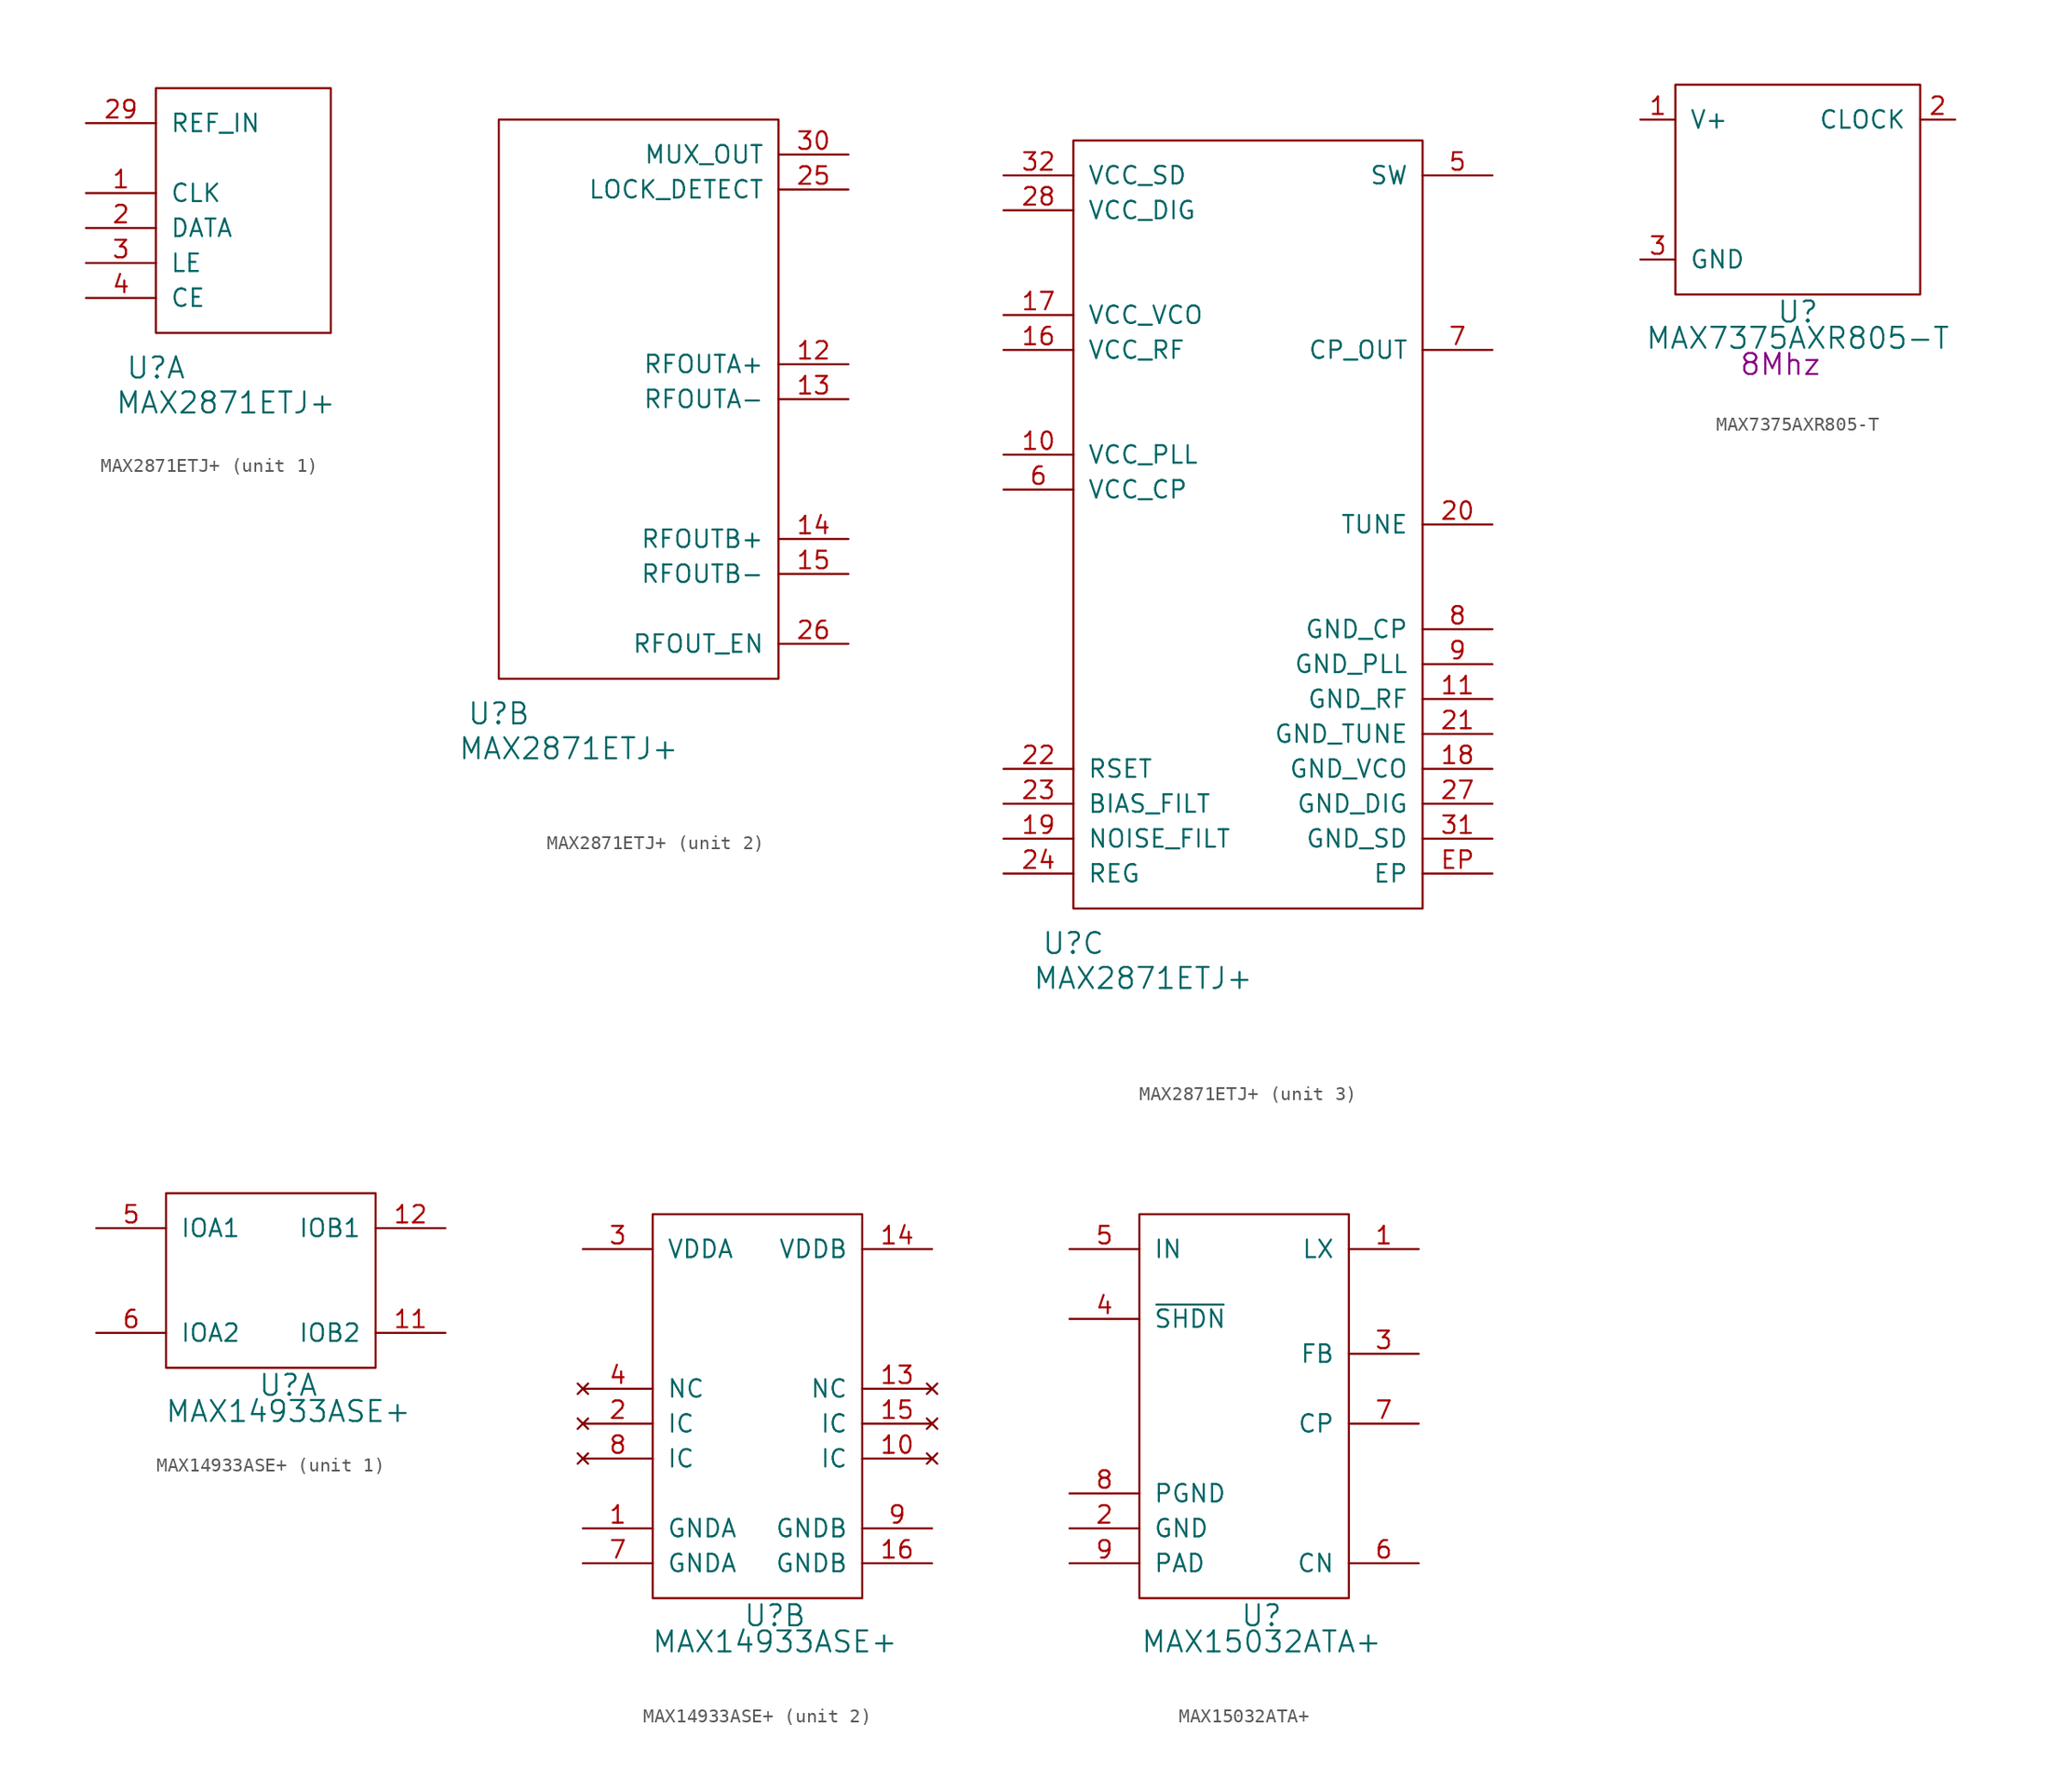
<source format=kicad_sym>
(kicad_symbol_lib
  (version 20220914)
  (generator kicad_symbol_editor)
  (symbol "MAX2871ETJ+"
    (pin_names
      (offset 1.016))
    (property "Reference" "U"
      (at 0 -2.54 0)
      (effects (font (size 1.524 1.524))))
    (property "Value" "MAX2871ETJ+"
      (at 5.08 -5.08 0)
      (effects (font (size 1.524 1.524))))
    (property "ki_locked" ""
      (at 0 0 0)
      (effects (font (size 1.27 1.27))))
    (symbol "MAX2871ETJ+_1_1"
      (rectangle (start 0 0) (end 12.7 17.78) (stroke (width 0) (type solid)) (fill (type none)))
      (pin input line (at -5.08 10.16 0) (length 5.08) (name "CLK" (effects (font (size 1.27 1.27)))) (number "1" (effects (font (size 1.27 1.27)))))
      (pin input line (at -5.08 7.62 0) (length 5.08) (name "DATA" (effects (font (size 1.27 1.27)))) (number "2" (effects (font (size 1.27 1.27)))))
      (pin input line (at -5.08 15.24 0) (length 5.08) (name "REF_IN" (effects (font (size 1.27 1.27)))) (number "29" (effects (font (size 1.27 1.27)))))
      (pin input line (at -5.08 5.08 0) (length 5.08) (name "LE" (effects (font (size 1.27 1.27)))) (number "3" (effects (font (size 1.27 1.27)))))
      (pin input line (at -5.08 2.54 0) (length 5.08) (name "CE" (effects (font (size 1.27 1.27)))) (number "4" (effects (font (size 1.27 1.27))))))
    (symbol "MAX2871ETJ+_2_1"
      (rectangle (start 0 0) (end 20.32 40.64) (stroke (width 0) (type solid)) (fill (type none)))
      (pin output line (at 25.4 22.86 180) (length 5.08) (name "RFOUTA+" (effects (font (size 1.27 1.27)))) (number "12" (effects (font (size 1.27 1.27)))))
      (pin output line (at 25.4 20.32 180) (length 5.08) (name "RFOUTA-" (effects (font (size 1.27 1.27)))) (number "13" (effects (font (size 1.27 1.27)))))
      (pin output line (at 25.4 10.16 180) (length 5.08) (name "RFOUTB+" (effects (font (size 1.27 1.27)))) (number "14" (effects (font (size 1.27 1.27)))))
      (pin output line (at 25.4 7.62 180) (length 5.08) (name "RFOUTB-" (effects (font (size 1.27 1.27)))) (number "15" (effects (font (size 1.27 1.27)))))
      (pin output line (at 25.4 35.56 180) (length 5.08) (name "LOCK_DETECT" (effects (font (size 1.27 1.27)))) (number "25" (effects (font (size 1.27 1.27)))))
      (pin input line (at 25.4 2.54 180) (length 5.08) (name "RFOUT_EN" (effects (font (size 1.27 1.27)))) (number "26" (effects (font (size 1.27 1.27)))))
      (pin output line (at 25.4 38.1 180) (length 5.08) (name "MUX_OUT" (effects (font (size 1.27 1.27)))) (number "30" (effects (font (size 1.27 1.27))))))
    (symbol "MAX2871ETJ+_3_1"
      (rectangle (start 0 0) (end 25.4 55.88) (stroke (width 0) (type solid)) (fill (type none)))
      (pin power_in line (at -5.08 33.02 0) (length 5.08) (name "VCC_PLL" (effects (font (size 1.27 1.27)))) (number "10" (effects (font (size 1.27 1.27)))))
      (pin power_in line (at 30.48 15.24 180) (length 5.08) (name "GND_RF" (effects (font (size 1.27 1.27)))) (number "11" (effects (font (size 1.27 1.27)))))
      (pin power_in line (at -5.08 40.64 0) (length 5.08) (name "VCC_RF" (effects (font (size 1.27 1.27)))) (number "16" (effects (font (size 1.27 1.27)))))
      (pin power_in line (at -5.08 43.18 0) (length 5.08) (name "VCC_VCO" (effects (font (size 1.27 1.27)))) (number "17" (effects (font (size 1.27 1.27)))))
      (pin power_in line (at 30.48 10.16 180) (length 5.08) (name "GND_VCO" (effects (font (size 1.27 1.27)))) (number "18" (effects (font (size 1.27 1.27)))))
      (pin passive line (at -5.08 5.08 0) (length 5.08) (name "NOISE_FILT" (effects (font (size 1.27 1.27)))) (number "19" (effects (font (size 1.27 1.27)))))
      (pin input line (at 30.48 27.94 180) (length 5.08) (name "TUNE" (effects (font (size 1.27 1.27)))) (number "20" (effects (font (size 1.27 1.27)))))
      (pin power_in line (at 30.48 12.7 180) (length 5.08) (name "GND_TUNE" (effects (font (size 1.27 1.27)))) (number "21" (effects (font (size 1.27 1.27)))))
      (pin passive line (at -5.08 10.16 0) (length 5.08) (name "RSET" (effects (font (size 1.27 1.27)))) (number "22" (effects (font (size 1.27 1.27)))))
      (pin passive line (at -5.08 7.62 0) (length 5.08) (name "BIAS_FILT" (effects (font (size 1.27 1.27)))) (number "23" (effects (font (size 1.27 1.27)))))
      (pin passive line (at -5.08 2.54 0) (length 5.08) (name "REG" (effects (font (size 1.27 1.27)))) (number "24" (effects (font (size 1.27 1.27)))))
      (pin power_in line (at 30.48 7.62 180) (length 5.08) (name "GND_DIG" (effects (font (size 1.27 1.27)))) (number "27" (effects (font (size 1.27 1.27)))))
      (pin power_in line (at -5.08 50.8 0) (length 5.08) (name "VCC_DIG" (effects (font (size 1.27 1.27)))) (number "28" (effects (font (size 1.27 1.27)))))
      (pin power_in line (at 30.48 5.08 180) (length 5.08) (name "GND_SD" (effects (font (size 1.27 1.27)))) (number "31" (effects (font (size 1.27 1.27)))))
      (pin power_in line (at -5.08 53.34 0) (length 5.08) (name "VCC_SD" (effects (font (size 1.27 1.27)))) (number "32" (effects (font (size 1.27 1.27)))))
      (pin output line (at 30.48 53.34 180) (length 5.08) (name "SW" (effects (font (size 1.27 1.27)))) (number "5" (effects (font (size 1.27 1.27)))))
      (pin power_in line (at -5.08 30.48 0) (length 5.08) (name "VCC_CP" (effects (font (size 1.27 1.27)))) (number "6" (effects (font (size 1.27 1.27)))))
      (pin output line (at 30.48 40.64 180) (length 5.08) (name "CP_OUT" (effects (font (size 1.27 1.27)))) (number "7" (effects (font (size 1.27 1.27)))))
      (pin power_in line (at 30.48 20.32 180) (length 5.08) (name "GND_CP" (effects (font (size 1.27 1.27)))) (number "8" (effects (font (size 1.27 1.27)))))
      (pin power_in line (at 30.48 17.78 180) (length 5.08) (name "GND_PLL" (effects (font (size 1.27 1.27)))) (number "9" (effects (font (size 1.27 1.27)))))
      (pin power_in line (at 30.48 2.54 180) (length 5.08) (name "EP" (effects (font (size 1.27 1.27)))) (number "EP" (effects (font (size 1.27 1.27)))))))
  (symbol "MAX7375AXR805-T"
    (pin_names
      (offset 1.016))
    (property "Reference" "U"
      (at 8.89 -1.27 0)
      (effects (font (size 1.524 1.524))))
    (property "Value" "MAX7375AXR805-T"
      (at 8.89 -3.175 0)
      (effects (font (size 1.524 1.524))))
    (property "Value2" "8Mhz"
      (at 7.62 -5.08 0)
      (effects (font (size 1.524 1.524))))
    (symbol "MAX7375AXR805-T_1_1"
      (rectangle (start 0 0) (end 17.78 15.24) (stroke (width 0) (type solid)) (fill (type none)))
      (pin power_in line (at -2.54 12.7 0) (length 2.54) (name "V+" (effects (font (size 1.27 1.27)))) (number "1" (effects (font (size 1.27 1.27)))))
      (pin output line (at 20.32 12.7 180) (length 2.54) (name "CLOCK" (effects (font (size 1.27 1.27)))) (number "2" (effects (font (size 1.27 1.27)))))
      (pin power_in line (at -2.54 2.54 0) (length 2.54) (name "GND" (effects (font (size 1.27 1.27)))) (number "3" (effects (font (size 1.27 1.27)))))))
  (symbol "MAX14933ASE+"
    (pin_names
      (offset 1.016))
    (property "Reference" "U"
      (at 8.89 -1.27 0)
      (effects (font (size 1.524 1.524))))
    (property "Value" "MAX14933ASE+"
      (at 8.89 -3.175 0)
      (effects (font (size 1.524 1.524))))
    (property "Datasheet" ""
      (at 8.89 -1.27 0)
      (effects (font (size 1.524 1.524))))
    (property "ki_locked" ""
      (at 0 0 0)
      (effects (font (size 1.27 1.27))))
    (symbol "MAX14933ASE+_1_1"
      (rectangle (start 0 0) (end 15.24 12.7) (stroke (width 0) (type solid)) (fill (type none)))
      (pin bidirectional line (at 20.32 2.54 180) (length 5.08) (name "IOB2" (effects (font (size 1.27 1.27)))) (number "11" (effects (font (size 1.27 1.27)))))
      (pin bidirectional line (at 20.32 10.16 180) (length 5.08) (name "IOB1" (effects (font (size 1.27 1.27)))) (number "12" (effects (font (size 1.27 1.27)))))
      (pin bidirectional line (at -5.08 10.16 0) (length 5.08) (name "IOA1" (effects (font (size 1.27 1.27)))) (number "5" (effects (font (size 1.27 1.27)))))
      (pin bidirectional line (at -5.08 2.54 0) (length 5.08) (name "IOA2" (effects (font (size 1.27 1.27)))) (number "6" (effects (font (size 1.27 1.27))))))
    (symbol "MAX14933ASE+_2_1"
      (rectangle (start 0 0) (end 15.24 27.94) (stroke (width 0) (type solid)) (fill (type none)))
      (pin power_in line (at -5.08 5.08 0) (length 5.08) (name "GNDA" (effects (font (size 1.27 1.27)))) (number "1" (effects (font (size 1.27 1.27)))))
      (pin no_connect line (at 20.32 10.16 180) (length 5.08) (name "IC" (effects (font (size 1.27 1.27)))) (number "10" (effects (font (size 1.27 1.27)))))
      (pin no_connect line (at 20.32 15.24 180) (length 5.08) (name "NC" (effects (font (size 1.27 1.27)))) (number "13" (effects (font (size 1.27 1.27)))))
      (pin power_in line (at 20.32 25.4 180) (length 5.08) (name "VDDB" (effects (font (size 1.27 1.27)))) (number "14" (effects (font (size 1.27 1.27)))))
      (pin no_connect line (at 20.32 12.7 180) (length 5.08) (name "IC" (effects (font (size 1.27 1.27)))) (number "15" (effects (font (size 1.27 1.27)))))
      (pin power_in line (at 20.32 2.54 180) (length 5.08) (name "GNDB" (effects (font (size 1.27 1.27)))) (number "16" (effects (font (size 1.27 1.27)))))
      (pin no_connect line (at -5.08 12.7 0) (length 5.08) (name "IC" (effects (font (size 1.27 1.27)))) (number "2" (effects (font (size 1.27 1.27)))))
      (pin power_in line (at -5.08 25.4 0) (length 5.08) (name "VDDA" (effects (font (size 1.27 1.27)))) (number "3" (effects (font (size 1.27 1.27)))))
      (pin no_connect line (at -5.08 15.24 0) (length 5.08) (name "NC" (effects (font (size 1.27 1.27)))) (number "4" (effects (font (size 1.27 1.27)))))
      (pin power_in line (at -5.08 2.54 0) (length 5.08) (name "GNDA" (effects (font (size 1.27 1.27)))) (number "7" (effects (font (size 1.27 1.27)))))
      (pin no_connect line (at -5.08 10.16 0) (length 5.08) (name "IC" (effects (font (size 1.27 1.27)))) (number "8" (effects (font (size 1.27 1.27)))))
      (pin power_in line (at 20.32 5.08 180) (length 5.08) (name "GNDB" (effects (font (size 1.27 1.27)))) (number "9" (effects (font (size 1.27 1.27)))))))
  (symbol "MAX15032ATA+"
    (pin_names
      (offset 1.016))
    (property "Reference" "U"
      (at 8.89 -1.27 0)
      (effects (font (size 1.524 1.524))))
    (property "Value" "MAX15032ATA+"
      (at 8.89 -3.175 0)
      (effects (font (size 1.524 1.524))))
    (property "Datasheet" ""
      (at 8.89 -1.27 0)
      (effects (font (size 1.524 1.524))))
    (symbol "MAX15032ATA+_1_1"
      (rectangle (start 0 0) (end 15.24 27.94) (stroke (width 0) (type solid)) (fill (type none)))
      (pin power_out line (at 20.32 25.4 180) (length 5.08) (name "LX" (effects (font (size 1.27 1.27)))) (number "1" (effects (font (size 1.27 1.27)))))
      (pin power_in line (at -5.08 5.08 0) (length 5.08) (name "GND" (effects (font (size 1.27 1.27)))) (number "2" (effects (font (size 1.27 1.27)))))
      (pin input line (at 20.32 17.78 180) (length 5.08) (name "FB" (effects (font (size 1.27 1.27)))) (number "3" (effects (font (size 1.27 1.27)))))
      (pin input line (at -5.08 20.32 0) (length 5.08) (name "~{SHDN}" (effects (font (size 1.27 1.27)))) (number "4" (effects (font (size 1.27 1.27)))))
      (pin power_in line (at -5.08 25.4 0) (length 5.08) (name "IN" (effects (font (size 1.27 1.27)))) (number "5" (effects (font (size 1.27 1.27)))))
      (pin input line (at 20.32 2.54 180) (length 5.08) (name "CN" (effects (font (size 1.27 1.27)))) (number "6" (effects (font (size 1.27 1.27)))))
      (pin input line (at 20.32 12.7 180) (length 5.08) (name "CP" (effects (font (size 1.27 1.27)))) (number "7" (effects (font (size 1.27 1.27)))))
      (pin power_in line (at -5.08 7.62 0) (length 5.08) (name "PGND" (effects (font (size 1.27 1.27)))) (number "8" (effects (font (size 1.27 1.27)))))
      (pin power_in line (at -5.08 2.54 0) (length 5.08) (name "PAD" (effects (font (size 1.27 1.27)))) (number "9" (effects (font (size 1.27 1.27))))))))
</source>
